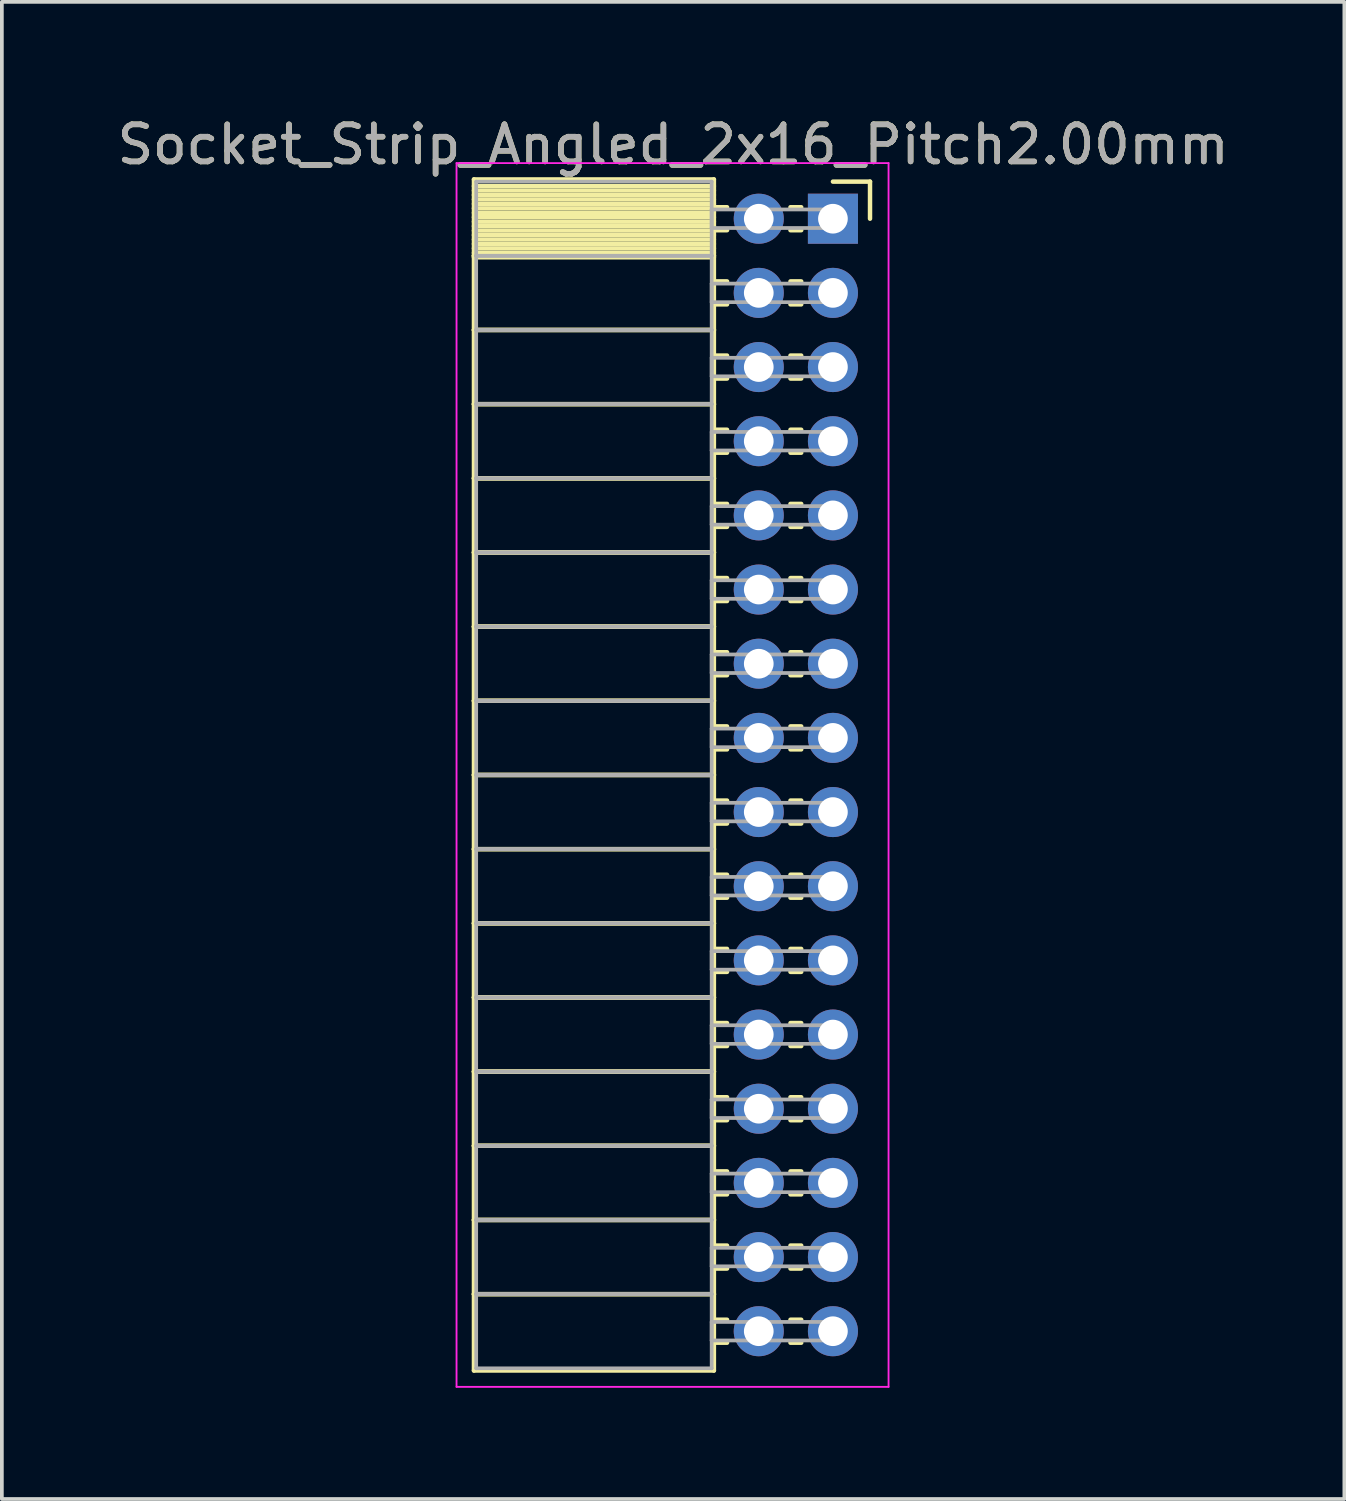
<source format=kicad_pcb>
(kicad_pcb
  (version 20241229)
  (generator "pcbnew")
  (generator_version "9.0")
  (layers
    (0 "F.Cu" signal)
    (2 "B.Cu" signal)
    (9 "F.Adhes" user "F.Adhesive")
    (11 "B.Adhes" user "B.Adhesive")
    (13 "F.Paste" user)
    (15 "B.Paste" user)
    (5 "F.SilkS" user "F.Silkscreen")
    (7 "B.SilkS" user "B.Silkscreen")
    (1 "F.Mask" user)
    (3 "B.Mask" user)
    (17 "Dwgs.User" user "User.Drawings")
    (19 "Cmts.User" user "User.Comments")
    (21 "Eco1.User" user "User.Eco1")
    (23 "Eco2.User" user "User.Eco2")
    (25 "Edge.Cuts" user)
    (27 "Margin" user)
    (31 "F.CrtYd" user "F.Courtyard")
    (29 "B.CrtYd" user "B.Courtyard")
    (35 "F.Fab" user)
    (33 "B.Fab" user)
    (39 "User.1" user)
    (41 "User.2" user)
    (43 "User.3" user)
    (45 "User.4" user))
  (footprint "Socket_Strip_Angled_2x16_Pitch2.00mm"
    (layer "F.Cu")
    (at 19.411 2.848)
    (property "Reference" "Socket_Strip_Angled_2x16_Pitch2.00mm" (at -4.31 -2 0) (layer "F.SilkS") (effects (font (size 1 1) (thickness 0.15))))
    (attr through_hole)
    (fp_line (start -9.68 -1.06) (end -3.21 -1.06) (stroke (width 0.12) (type solid)) (layer "F.SilkS"))
    (fp_line (start -9.68 1) (end -9.68 -1.06) (stroke (width 0.12) (type solid)) (layer "F.SilkS"))
    (fp_line (start -9.68 1) (end -3.21 1) (stroke (width 0.12) (type solid)) (layer "F.SilkS"))
    (fp_line (start -9.68 3) (end -9.68 1) (stroke (width 0.12) (type solid)) (layer "F.SilkS"))
    (fp_line (start -9.68 3) (end -3.21 3) (stroke (width 0.12) (type solid)) (layer "F.SilkS"))
    (fp_line (start -9.68 5) (end -9.68 3) (stroke (width 0.12) (type solid)) (layer "F.SilkS"))
    (fp_line (start -9.68 5) (end -3.21 5) (stroke (width 0.12) (type solid)) (layer "F.SilkS"))
    (fp_line (start -9.68 7) (end -9.68 5) (stroke (width 0.12) (type solid)) (layer "F.SilkS"))
    (fp_line (start -9.68 7) (end -3.21 7) (stroke (width 0.12) (type solid)) (layer "F.SilkS"))
    (fp_line (start -9.68 9) (end -9.68 7) (stroke (width 0.12) (type solid)) (layer "F.SilkS"))
    (fp_line (start -9.68 9) (end -3.21 9) (stroke (width 0.12) (type solid)) (layer "F.SilkS"))
    (fp_line (start -9.68 11) (end -9.68 9) (stroke (width 0.12) (type solid)) (layer "F.SilkS"))
    (fp_line (start -9.68 11) (end -3.21 11) (stroke (width 0.12) (type solid)) (layer "F.SilkS"))
    (fp_line (start -9.68 13) (end -9.68 11) (stroke (width 0.12) (type solid)) (layer "F.SilkS"))
    (fp_line (start -9.68 13) (end -3.21 13) (stroke (width 0.12) (type solid)) (layer "F.SilkS"))
    (fp_line (start -9.68 15) (end -9.68 13) (stroke (width 0.12) (type solid)) (layer "F.SilkS"))
    (fp_line (start -9.68 15) (end -3.21 15) (stroke (width 0.12) (type solid)) (layer "F.SilkS"))
    (fp_line (start -9.68 17) (end -9.68 15) (stroke (width 0.12) (type solid)) (layer "F.SilkS"))
    (fp_line (start -9.68 17) (end -3.21 17) (stroke (width 0.12) (type solid)) (layer "F.SilkS"))
    (fp_line (start -9.68 19) (end -9.68 17) (stroke (width 0.12) (type solid)) (layer "F.SilkS"))
    (fp_line (start -9.68 19) (end -3.21 19) (stroke (width 0.12) (type solid)) (layer "F.SilkS"))
    (fp_line (start -9.68 21) (end -9.68 19) (stroke (width 0.12) (type solid)) (layer "F.SilkS"))
    (fp_line (start -9.68 21) (end -3.21 21) (stroke (width 0.12) (type solid)) (layer "F.SilkS"))
    (fp_line (start -9.68 23) (end -9.68 21) (stroke (width 0.12) (type solid)) (layer "F.SilkS"))
    (fp_line (start -9.68 23) (end -3.21 23) (stroke (width 0.12) (type solid)) (layer "F.SilkS"))
    (fp_line (start -9.68 25) (end -9.68 23) (stroke (width 0.12) (type solid)) (layer "F.SilkS"))
    (fp_line (start -9.68 25) (end -3.21 25) (stroke (width 0.12) (type solid)) (layer "F.SilkS"))
    (fp_line (start -9.68 27) (end -9.68 25) (stroke (width 0.12) (type solid)) (layer "F.SilkS"))
    (fp_line (start -9.68 27) (end -3.21 27) (stroke (width 0.12) (type solid)) (layer "F.SilkS"))
    (fp_line (start -9.68 29) (end -9.68 27) (stroke (width 0.12) (type solid)) (layer "F.SilkS"))
    (fp_line (start -9.68 29) (end -3.21 29) (stroke (width 0.12) (type solid)) (layer "F.SilkS"))
    (fp_line (start -9.68 31.06) (end -9.68 29) (stroke (width 0.12) (type solid)) (layer "F.SilkS"))
    (fp_line (start -3.21 -1.06) (end -3.21 1) (stroke (width 0.12) (type solid)) (layer "F.SilkS"))
    (fp_line (start -3.21 -0.88) (end -9.68 -0.88) (stroke (width 0.12) (type solid)) (layer "F.SilkS"))
    (fp_line (start -3.21 -0.76) (end -9.68 -0.76) (stroke (width 0.12) (type solid)) (layer "F.SilkS"))
    (fp_line (start -3.21 -0.64) (end -9.68 -0.64) (stroke (width 0.12) (type solid)) (layer "F.SilkS"))
    (fp_line (start -3.21 -0.52) (end -9.68 -0.52) (stroke (width 0.12) (type solid)) (layer "F.SilkS"))
    (fp_line (start -3.21 -0.4) (end -9.68 -0.4) (stroke (width 0.12) (type solid)) (layer "F.SilkS"))
    (fp_line (start -3.21 -0.28) (end -9.68 -0.28) (stroke (width 0.12) (type solid)) (layer "F.SilkS"))
    (fp_line (start -3.21 -0.16) (end -9.68 -0.16) (stroke (width 0.12) (type solid)) (layer "F.SilkS"))
    (fp_line (start -3.21 -0.04) (end -9.68 -0.04) (stroke (width 0.12) (type solid)) (layer "F.SilkS"))
    (fp_line (start -3.21 0.08) (end -9.68 0.08) (stroke (width 0.12) (type solid)) (layer "F.SilkS"))
    (fp_line (start -3.21 0.2) (end -9.68 0.2) (stroke (width 0.12) (type solid)) (layer "F.SilkS"))
    (fp_line (start -3.21 0.32) (end -9.68 0.32) (stroke (width 0.12) (type solid)) (layer "F.SilkS"))
    (fp_line (start -3.21 0.44) (end -9.68 0.44) (stroke (width 0.12) (type solid)) (layer "F.SilkS"))
    (fp_line (start -3.21 0.56) (end -9.68 0.56) (stroke (width 0.12) (type solid)) (layer "F.SilkS"))
    (fp_line (start -3.21 0.68) (end -9.68 0.68) (stroke (width 0.12) (type solid)) (layer "F.SilkS"))
    (fp_line (start -3.21 0.8) (end -9.68 0.8) (stroke (width 0.12) (type solid)) (layer "F.SilkS"))
    (fp_line (start -3.21 0.92) (end -9.68 0.92) (stroke (width 0.12) (type solid)) (layer "F.SilkS"))
    (fp_line (start -3.21 1) (end -9.68 1) (stroke (width 0.12) (type solid)) (layer "F.SilkS"))
    (fp_line (start -3.21 1) (end -3.21 3) (stroke (width 0.12) (type solid)) (layer "F.SilkS"))
    (fp_line (start -3.21 1.04) (end -9.68 1.04) (stroke (width 0.12) (type solid)) (layer "F.SilkS"))
    (fp_line (start -3.21 3) (end -9.68 3) (stroke (width 0.12) (type solid)) (layer "F.SilkS"))
    (fp_line (start -3.21 3) (end -3.21 5) (stroke (width 0.12) (type solid)) (layer "F.SilkS"))
    (fp_line (start -3.21 5) (end -9.68 5) (stroke (width 0.12) (type solid)) (layer "F.SilkS"))
    (fp_line (start -3.21 5) (end -3.21 7) (stroke (width 0.12) (type solid)) (layer "F.SilkS"))
    (fp_line (start -3.21 7) (end -9.68 7) (stroke (width 0.12) (type solid)) (layer "F.SilkS"))
    (fp_line (start -3.21 7) (end -3.21 9) (stroke (width 0.12) (type solid)) (layer "F.SilkS"))
    (fp_line (start -3.21 9) (end -9.68 9) (stroke (width 0.12) (type solid)) (layer "F.SilkS"))
    (fp_line (start -3.21 9) (end -3.21 11) (stroke (width 0.12) (type solid)) (layer "F.SilkS"))
    (fp_line (start -3.21 11) (end -9.68 11) (stroke (width 0.12) (type solid)) (layer "F.SilkS"))
    (fp_line (start -3.21 11) (end -3.21 13) (stroke (width 0.12) (type solid)) (layer "F.SilkS"))
    (fp_line (start -3.21 13) (end -9.68 13) (stroke (width 0.12) (type solid)) (layer "F.SilkS"))
    (fp_line (start -3.21 13) (end -3.21 15) (stroke (width 0.12) (type solid)) (layer "F.SilkS"))
    (fp_line (start -3.21 15) (end -9.68 15) (stroke (width 0.12) (type solid)) (layer "F.SilkS"))
    (fp_line (start -3.21 15) (end -3.21 17) (stroke (width 0.12) (type solid)) (layer "F.SilkS"))
    (fp_line (start -3.21 17) (end -9.68 17) (stroke (width 0.12) (type solid)) (layer "F.SilkS"))
    (fp_line (start -3.21 17) (end -3.21 19) (stroke (width 0.12) (type solid)) (layer "F.SilkS"))
    (fp_line (start -3.21 19) (end -9.68 19) (stroke (width 0.12) (type solid)) (layer "F.SilkS"))
    (fp_line (start -3.21 19) (end -3.21 21) (stroke (width 0.12) (type solid)) (layer "F.SilkS"))
    (fp_line (start -3.21 21) (end -9.68 21) (stroke (width 0.12) (type solid)) (layer "F.SilkS"))
    (fp_line (start -3.21 21) (end -3.21 23) (stroke (width 0.12) (type solid)) (layer "F.SilkS"))
    (fp_line (start -3.21 23) (end -9.68 23) (stroke (width 0.12) (type solid)) (layer "F.SilkS"))
    (fp_line (start -3.21 23) (end -3.21 25) (stroke (width 0.12) (type solid)) (layer "F.SilkS"))
    (fp_line (start -3.21 25) (end -9.68 25) (stroke (width 0.12) (type solid)) (layer "F.SilkS"))
    (fp_line (start -3.21 25) (end -3.21 27) (stroke (width 0.12) (type solid)) (layer "F.SilkS"))
    (fp_line (start -3.21 27) (end -9.68 27) (stroke (width 0.12) (type solid)) (layer "F.SilkS"))
    (fp_line (start -3.21 27) (end -3.21 29) (stroke (width 0.12) (type solid)) (layer "F.SilkS"))
    (fp_line (start -3.21 29) (end -9.68 29) (stroke (width 0.12) (type solid)) (layer "F.SilkS"))
    (fp_line (start -3.21 29) (end -3.21 31.06) (stroke (width 0.12) (type solid)) (layer "F.SilkS"))
    (fp_line (start -3.21 31.06) (end -9.68 31.06) (stroke (width 0.12) (type solid)) (layer "F.SilkS"))
    (fp_line (start -2.855 -0.31) (end -3.21 -0.31) (stroke (width 0.12) (type solid)) (layer "F.SilkS"))
    (fp_line (start -2.855 0.31) (end -3.21 0.31) (stroke (width 0.12) (type solid)) (layer "F.SilkS"))
    (fp_line (start -2.855 1.69) (end -3.21 1.69) (stroke (width 0.12) (type solid)) (layer "F.SilkS"))
    (fp_line (start -2.855 2.31) (end -3.21 2.31) (stroke (width 0.12) (type solid)) (layer "F.SilkS"))
    (fp_line (start -2.855 3.69) (end -3.21 3.69) (stroke (width 0.12) (type solid)) (layer "F.SilkS"))
    (fp_line (start -2.855 4.31) (end -3.21 4.31) (stroke (width 0.12) (type solid)) (layer "F.SilkS"))
    (fp_line (start -2.855 5.69) (end -3.21 5.69) (stroke (width 0.12) (type solid)) (layer "F.SilkS"))
    (fp_line (start -2.855 6.31) (end -3.21 6.31) (stroke (width 0.12) (type solid)) (layer "F.SilkS"))
    (fp_line (start -2.855 7.69) (end -3.21 7.69) (stroke (width 0.12) (type solid)) (layer "F.SilkS"))
    (fp_line (start -2.855 8.31) (end -3.21 8.31) (stroke (width 0.12) (type solid)) (layer "F.SilkS"))
    (fp_line (start -2.855 9.69) (end -3.21 9.69) (stroke (width 0.12) (type solid)) (layer "F.SilkS"))
    (fp_line (start -2.855 10.31) (end -3.21 10.31) (stroke (width 0.12) (type solid)) (layer "F.SilkS"))
    (fp_line (start -2.855 11.69) (end -3.21 11.69) (stroke (width 0.12) (type solid)) (layer "F.SilkS"))
    (fp_line (start -2.855 12.31) (end -3.21 12.31) (stroke (width 0.12) (type solid)) (layer "F.SilkS"))
    (fp_line (start -2.855 13.69) (end -3.21 13.69) (stroke (width 0.12) (type solid)) (layer "F.SilkS"))
    (fp_line (start -2.855 14.31) (end -3.21 14.31) (stroke (width 0.12) (type solid)) (layer "F.SilkS"))
    (fp_line (start -2.855 15.69) (end -3.21 15.69) (stroke (width 0.12) (type solid)) (layer "F.SilkS"))
    (fp_line (start -2.855 16.31) (end -3.21 16.31) (stroke (width 0.12) (type solid)) (layer "F.SilkS"))
    (fp_line (start -2.855 17.69) (end -3.21 17.69) (stroke (width 0.12) (type solid)) (layer "F.SilkS"))
    (fp_line (start -2.855 18.31) (end -3.21 18.31) (stroke (width 0.12) (type solid)) (layer "F.SilkS"))
    (fp_line (start -2.855 19.69) (end -3.21 19.69) (stroke (width 0.12) (type solid)) (layer "F.SilkS"))
    (fp_line (start -2.855 20.31) (end -3.21 20.31) (stroke (width 0.12) (type solid)) (layer "F.SilkS"))
    (fp_line (start -2.855 21.69) (end -3.21 21.69) (stroke (width 0.12) (type solid)) (layer "F.SilkS"))
    (fp_line (start -2.855 22.31) (end -3.21 22.31) (stroke (width 0.12) (type solid)) (layer "F.SilkS"))
    (fp_line (start -2.855 23.69) (end -3.21 23.69) (stroke (width 0.12) (type solid)) (layer "F.SilkS"))
    (fp_line (start -2.855 24.31) (end -3.21 24.31) (stroke (width 0.12) (type solid)) (layer "F.SilkS"))
    (fp_line (start -2.855 25.69) (end -3.21 25.69) (stroke (width 0.12) (type solid)) (layer "F.SilkS"))
    (fp_line (start -2.855 26.31) (end -3.21 26.31) (stroke (width 0.12) (type solid)) (layer "F.SilkS"))
    (fp_line (start -2.855 27.69) (end -3.21 27.69) (stroke (width 0.12) (type solid)) (layer "F.SilkS"))
    (fp_line (start -2.855 28.31) (end -3.21 28.31) (stroke (width 0.12) (type solid)) (layer "F.SilkS"))
    (fp_line (start -2.855 29.69) (end -3.21 29.69) (stroke (width 0.12) (type solid)) (layer "F.SilkS"))
    (fp_line (start -2.855 30.31) (end -3.21 30.31) (stroke (width 0.12) (type solid)) (layer "F.SilkS"))
    (fp_line (start -0.855 -0.31) (end -1.145 -0.31) (stroke (width 0.12) (type solid)) (layer "F.SilkS"))
    (fp_line (start -0.855 0.31) (end -1.145 0.31) (stroke (width 0.12) (type solid)) (layer "F.SilkS"))
    (fp_line (start -0.855 1.69) (end -1.145 1.69) (stroke (width 0.12) (type solid)) (layer "F.SilkS"))
    (fp_line (start -0.855 2.31) (end -1.145 2.31) (stroke (width 0.12) (type solid)) (layer "F.SilkS"))
    (fp_line (start -0.855 3.69) (end -1.145 3.69) (stroke (width 0.12) (type solid)) (layer "F.SilkS"))
    (fp_line (start -0.855 4.31) (end -1.145 4.31) (stroke (width 0.12) (type solid)) (layer "F.SilkS"))
    (fp_line (start -0.855 5.69) (end -1.145 5.69) (stroke (width 0.12) (type solid)) (layer "F.SilkS"))
    (fp_line (start -0.855 6.31) (end -1.145 6.31) (stroke (width 0.12) (type solid)) (layer "F.SilkS"))
    (fp_line (start -0.855 7.69) (end -1.145 7.69) (stroke (width 0.12) (type solid)) (layer "F.SilkS"))
    (fp_line (start -0.855 8.31) (end -1.145 8.31) (stroke (width 0.12) (type solid)) (layer "F.SilkS"))
    (fp_line (start -0.855 9.69) (end -1.145 9.69) (stroke (width 0.12) (type solid)) (layer "F.SilkS"))
    (fp_line (start -0.855 10.31) (end -1.145 10.31) (stroke (width 0.12) (type solid)) (layer "F.SilkS"))
    (fp_line (start -0.855 11.69) (end -1.145 11.69) (stroke (width 0.12) (type solid)) (layer "F.SilkS"))
    (fp_line (start -0.855 12.31) (end -1.145 12.31) (stroke (width 0.12) (type solid)) (layer "F.SilkS"))
    (fp_line (start -0.855 13.69) (end -1.145 13.69) (stroke (width 0.12) (type solid)) (layer "F.SilkS"))
    (fp_line (start -0.855 14.31) (end -1.145 14.31) (stroke (width 0.12) (type solid)) (layer "F.SilkS"))
    (fp_line (start -0.855 15.69) (end -1.145 15.69) (stroke (width 0.12) (type solid)) (layer "F.SilkS"))
    (fp_line (start -0.855 16.31) (end -1.145 16.31) (stroke (width 0.12) (type solid)) (layer "F.SilkS"))
    (fp_line (start -0.855 17.69) (end -1.145 17.69) (stroke (width 0.12) (type solid)) (layer "F.SilkS"))
    (fp_line (start -0.855 18.31) (end -1.145 18.31) (stroke (width 0.12) (type solid)) (layer "F.SilkS"))
    (fp_line (start -0.855 19.69) (end -1.145 19.69) (stroke (width 0.12) (type solid)) (layer "F.SilkS"))
    (fp_line (start -0.855 20.31) (end -1.145 20.31) (stroke (width 0.12) (type solid)) (layer "F.SilkS"))
    (fp_line (start -0.855 21.69) (end -1.145 21.69) (stroke (width 0.12) (type solid)) (layer "F.SilkS"))
    (fp_line (start -0.855 22.31) (end -1.145 22.31) (stroke (width 0.12) (type solid)) (layer "F.SilkS"))
    (fp_line (start -0.855 23.69) (end -1.145 23.69) (stroke (width 0.12) (type solid)) (layer "F.SilkS"))
    (fp_line (start -0.855 24.31) (end -1.145 24.31) (stroke (width 0.12) (type solid)) (layer "F.SilkS"))
    (fp_line (start -0.855 25.69) (end -1.145 25.69) (stroke (width 0.12) (type solid)) (layer "F.SilkS"))
    (fp_line (start -0.855 26.31) (end -1.145 26.31) (stroke (width 0.12) (type solid)) (layer "F.SilkS"))
    (fp_line (start -0.855 27.69) (end -1.145 27.69) (stroke (width 0.12) (type solid)) (layer "F.SilkS"))
    (fp_line (start -0.855 28.31) (end -1.145 28.31) (stroke (width 0.12) (type solid)) (layer "F.SilkS"))
    (fp_line (start -0.855 29.69) (end -1.145 29.69) (stroke (width 0.12) (type solid)) (layer "F.SilkS"))
    (fp_line (start -0.855 30.31) (end -1.145 30.31) (stroke (width 0.12) (type solid)) (layer "F.SilkS"))
    (fp_line (start 0 -1) (end 1 -1) (stroke (width 0.12) (type solid)) (layer "F.SilkS"))
    (fp_line (start 1 -1) (end 1 0) (stroke (width 0.12) (type solid)) (layer "F.SilkS"))
    (fp_line (start -10.15 -1.5) (end 1.5 -1.5) (stroke (width 0.05) (type solid)) (layer "F.CrtYd"))
    (fp_line (start -10.15 31.5) (end -10.15 -1.5) (stroke (width 0.05) (type solid)) (layer "F.CrtYd"))
    (fp_line (start 1.5 -1.5) (end 1.5 31.5) (stroke (width 0.05) (type solid)) (layer "F.CrtYd"))
    (fp_line (start 1.5 31.5) (end -10.15 31.5) (stroke (width 0.05) (type solid)) (layer "F.CrtYd"))
    (fp_line (start -9.62 -1) (end -3.27 -1) (stroke (width 0.1) (type solid)) (layer "F.Fab"))
    (fp_line (start -9.62 1) (end -9.62 -1) (stroke (width 0.1) (type solid)) (layer "F.Fab"))
    (fp_line (start -9.62 1) (end -3.27 1) (stroke (width 0.1) (type solid)) (layer "F.Fab"))
    (fp_line (start -9.62 3) (end -9.62 1) (stroke (width 0.1) (type solid)) (layer "F.Fab"))
    (fp_line (start -9.62 3) (end -3.27 3) (stroke (width 0.1) (type solid)) (layer "F.Fab"))
    (fp_line (start -9.62 5) (end -9.62 3) (stroke (width 0.1) (type solid)) (layer "F.Fab"))
    (fp_line (start -9.62 5) (end -3.27 5) (stroke (width 0.1) (type solid)) (layer "F.Fab"))
    (fp_line (start -9.62 7) (end -9.62 5) (stroke (width 0.1) (type solid)) (layer "F.Fab"))
    (fp_line (start -9.62 7) (end -3.27 7) (stroke (width 0.1) (type solid)) (layer "F.Fab"))
    (fp_line (start -9.62 9) (end -9.62 7) (stroke (width 0.1) (type solid)) (layer "F.Fab"))
    (fp_line (start -9.62 9) (end -3.27 9) (stroke (width 0.1) (type solid)) (layer "F.Fab"))
    (fp_line (start -9.62 11) (end -9.62 9) (stroke (width 0.1) (type solid)) (layer "F.Fab"))
    (fp_line (start -9.62 11) (end -3.27 11) (stroke (width 0.1) (type solid)) (layer "F.Fab"))
    (fp_line (start -9.62 13) (end -9.62 11) (stroke (width 0.1) (type solid)) (layer "F.Fab"))
    (fp_line (start -9.62 13) (end -3.27 13) (stroke (width 0.1) (type solid)) (layer "F.Fab"))
    (fp_line (start -9.62 15) (end -9.62 13) (stroke (width 0.1) (type solid)) (layer "F.Fab"))
    (fp_line (start -9.62 15) (end -3.27 15) (stroke (width 0.1) (type solid)) (layer "F.Fab"))
    (fp_line (start -9.62 17) (end -9.62 15) (stroke (width 0.1) (type solid)) (layer "F.Fab"))
    (fp_line (start -9.62 17) (end -3.27 17) (stroke (width 0.1) (type solid)) (layer "F.Fab"))
    (fp_line (start -9.62 19) (end -9.62 17) (stroke (width 0.1) (type solid)) (layer "F.Fab"))
    (fp_line (start -9.62 19) (end -3.27 19) (stroke (width 0.1) (type solid)) (layer "F.Fab"))
    (fp_line (start -9.62 21) (end -9.62 19) (stroke (width 0.1) (type solid)) (layer "F.Fab"))
    (fp_line (start -9.62 21) (end -3.27 21) (stroke (width 0.1) (type solid)) (layer "F.Fab"))
    (fp_line (start -9.62 23) (end -9.62 21) (stroke (width 0.1) (type solid)) (layer "F.Fab"))
    (fp_line (start -9.62 23) (end -3.27 23) (stroke (width 0.1) (type solid)) (layer "F.Fab"))
    (fp_line (start -9.62 25) (end -9.62 23) (stroke (width 0.1) (type solid)) (layer "F.Fab"))
    (fp_line (start -9.62 25) (end -3.27 25) (stroke (width 0.1) (type solid)) (layer "F.Fab"))
    (fp_line (start -9.62 27) (end -9.62 25) (stroke (width 0.1) (type solid)) (layer "F.Fab"))
    (fp_line (start -9.62 27) (end -3.27 27) (stroke (width 0.1) (type solid)) (layer "F.Fab"))
    (fp_line (start -9.62 29) (end -9.62 27) (stroke (width 0.1) (type solid)) (layer "F.Fab"))
    (fp_line (start -9.62 29) (end -3.27 29) (stroke (width 0.1) (type solid)) (layer "F.Fab"))
    (fp_line (start -9.62 31) (end -9.62 29) (stroke (width 0.1) (type solid)) (layer "F.Fab"))
    (fp_line (start -3.27 -1) (end -3.27 1) (stroke (width 0.1) (type solid)) (layer "F.Fab"))
    (fp_line (start -3.27 -0.25) (end 0 -0.25) (stroke (width 0.1) (type solid)) (layer "F.Fab"))
    (fp_line (start -3.27 0.25) (end -3.27 -0.25) (stroke (width 0.1) (type solid)) (layer "F.Fab"))
    (fp_line (start -3.27 1) (end -9.62 1) (stroke (width 0.1) (type solid)) (layer "F.Fab"))
    (fp_line (start -3.27 1) (end -3.27 3) (stroke (width 0.1) (type solid)) (layer "F.Fab"))
    (fp_line (start -3.27 1.75) (end 0 1.75) (stroke (width 0.1) (type solid)) (layer "F.Fab"))
    (fp_line (start -3.27 2.25) (end -3.27 1.75) (stroke (width 0.1) (type solid)) (layer "F.Fab"))
    (fp_line (start -3.27 3) (end -9.62 3) (stroke (width 0.1) (type solid)) (layer "F.Fab"))
    (fp_line (start -3.27 3) (end -3.27 5) (stroke (width 0.1) (type solid)) (layer "F.Fab"))
    (fp_line (start -3.27 3.75) (end 0 3.75) (stroke (width 0.1) (type solid)) (layer "F.Fab"))
    (fp_line (start -3.27 4.25) (end -3.27 3.75) (stroke (width 0.1) (type solid)) (layer "F.Fab"))
    (fp_line (start -3.27 5) (end -9.62 5) (stroke (width 0.1) (type solid)) (layer "F.Fab"))
    (fp_line (start -3.27 5) (end -3.27 7) (stroke (width 0.1) (type solid)) (layer "F.Fab"))
    (fp_line (start -3.27 5.75) (end 0 5.75) (stroke (width 0.1) (type solid)) (layer "F.Fab"))
    (fp_line (start -3.27 6.25) (end -3.27 5.75) (stroke (width 0.1) (type solid)) (layer "F.Fab"))
    (fp_line (start -3.27 7) (end -9.62 7) (stroke (width 0.1) (type solid)) (layer "F.Fab"))
    (fp_line (start -3.27 7) (end -3.27 9) (stroke (width 0.1) (type solid)) (layer "F.Fab"))
    (fp_line (start -3.27 7.75) (end 0 7.75) (stroke (width 0.1) (type solid)) (layer "F.Fab"))
    (fp_line (start -3.27 8.25) (end -3.27 7.75) (stroke (width 0.1) (type solid)) (layer "F.Fab"))
    (fp_line (start -3.27 9) (end -9.62 9) (stroke (width 0.1) (type solid)) (layer "F.Fab"))
    (fp_line (start -3.27 9) (end -3.27 11) (stroke (width 0.1) (type solid)) (layer "F.Fab"))
    (fp_line (start -3.27 9.75) (end 0 9.75) (stroke (width 0.1) (type solid)) (layer "F.Fab"))
    (fp_line (start -3.27 10.25) (end -3.27 9.75) (stroke (width 0.1) (type solid)) (layer "F.Fab"))
    (fp_line (start -3.27 11) (end -9.62 11) (stroke (width 0.1) (type solid)) (layer "F.Fab"))
    (fp_line (start -3.27 11) (end -3.27 13) (stroke (width 0.1) (type solid)) (layer "F.Fab"))
    (fp_line (start -3.27 11.75) (end 0 11.75) (stroke (width 0.1) (type solid)) (layer "F.Fab"))
    (fp_line (start -3.27 12.25) (end -3.27 11.75) (stroke (width 0.1) (type solid)) (layer "F.Fab"))
    (fp_line (start -3.27 13) (end -9.62 13) (stroke (width 0.1) (type solid)) (layer "F.Fab"))
    (fp_line (start -3.27 13) (end -3.27 15) (stroke (width 0.1) (type solid)) (layer "F.Fab"))
    (fp_line (start -3.27 13.75) (end 0 13.75) (stroke (width 0.1) (type solid)) (layer "F.Fab"))
    (fp_line (start -3.27 14.25) (end -3.27 13.75) (stroke (width 0.1) (type solid)) (layer "F.Fab"))
    (fp_line (start -3.27 15) (end -9.62 15) (stroke (width 0.1) (type solid)) (layer "F.Fab"))
    (fp_line (start -3.27 15) (end -3.27 17) (stroke (width 0.1) (type solid)) (layer "F.Fab"))
    (fp_line (start -3.27 15.75) (end 0 15.75) (stroke (width 0.1) (type solid)) (layer "F.Fab"))
    (fp_line (start -3.27 16.25) (end -3.27 15.75) (stroke (width 0.1) (type solid)) (layer "F.Fab"))
    (fp_line (start -3.27 17) (end -9.62 17) (stroke (width 0.1) (type solid)) (layer "F.Fab"))
    (fp_line (start -3.27 17) (end -3.27 19) (stroke (width 0.1) (type solid)) (layer "F.Fab"))
    (fp_line (start -3.27 17.75) (end 0 17.75) (stroke (width 0.1) (type solid)) (layer "F.Fab"))
    (fp_line (start -3.27 18.25) (end -3.27 17.75) (stroke (width 0.1) (type solid)) (layer "F.Fab"))
    (fp_line (start -3.27 19) (end -9.62 19) (stroke (width 0.1) (type solid)) (layer "F.Fab"))
    (fp_line (start -3.27 19) (end -3.27 21) (stroke (width 0.1) (type solid)) (layer "F.Fab"))
    (fp_line (start -3.27 19.75) (end 0 19.75) (stroke (width 0.1) (type solid)) (layer "F.Fab"))
    (fp_line (start -3.27 20.25) (end -3.27 19.75) (stroke (width 0.1) (type solid)) (layer "F.Fab"))
    (fp_line (start -3.27 21) (end -9.62 21) (stroke (width 0.1) (type solid)) (layer "F.Fab"))
    (fp_line (start -3.27 21) (end -3.27 23) (stroke (width 0.1) (type solid)) (layer "F.Fab"))
    (fp_line (start -3.27 21.75) (end 0 21.75) (stroke (width 0.1) (type solid)) (layer "F.Fab"))
    (fp_line (start -3.27 22.25) (end -3.27 21.75) (stroke (width 0.1) (type solid)) (layer "F.Fab"))
    (fp_line (start -3.27 23) (end -9.62 23) (stroke (width 0.1) (type solid)) (layer "F.Fab"))
    (fp_line (start -3.27 23) (end -3.27 25) (stroke (width 0.1) (type solid)) (layer "F.Fab"))
    (fp_line (start -3.27 23.75) (end 0 23.75) (stroke (width 0.1) (type solid)) (layer "F.Fab"))
    (fp_line (start -3.27 24.25) (end -3.27 23.75) (stroke (width 0.1) (type solid)) (layer "F.Fab"))
    (fp_line (start -3.27 25) (end -9.62 25) (stroke (width 0.1) (type solid)) (layer "F.Fab"))
    (fp_line (start -3.27 25) (end -3.27 27) (stroke (width 0.1) (type solid)) (layer "F.Fab"))
    (fp_line (start -3.27 25.75) (end 0 25.75) (stroke (width 0.1) (type solid)) (layer "F.Fab"))
    (fp_line (start -3.27 26.25) (end -3.27 25.75) (stroke (width 0.1) (type solid)) (layer "F.Fab"))
    (fp_line (start -3.27 27) (end -9.62 27) (stroke (width 0.1) (type solid)) (layer "F.Fab"))
    (fp_line (start -3.27 27) (end -3.27 29) (stroke (width 0.1) (type solid)) (layer "F.Fab"))
    (fp_line (start -3.27 27.75) (end 0 27.75) (stroke (width 0.1) (type solid)) (layer "F.Fab"))
    (fp_line (start -3.27 28.25) (end -3.27 27.75) (stroke (width 0.1) (type solid)) (layer "F.Fab"))
    (fp_line (start -3.27 29) (end -9.62 29) (stroke (width 0.1) (type solid)) (layer "F.Fab"))
    (fp_line (start -3.27 29) (end -3.27 31) (stroke (width 0.1) (type solid)) (layer "F.Fab"))
    (fp_line (start -3.27 29.75) (end 0 29.75) (stroke (width 0.1) (type solid)) (layer "F.Fab"))
    (fp_line (start -3.27 30.25) (end -3.27 29.75) (stroke (width 0.1) (type solid)) (layer "F.Fab"))
    (fp_line (start -3.27 31) (end -9.62 31) (stroke (width 0.1) (type solid)) (layer "F.Fab"))
    (fp_line (start 0 -0.25) (end 0 0.25) (stroke (width 0.1) (type solid)) (layer "F.Fab"))
    (fp_line (start 0 0.25) (end -3.27 0.25) (stroke (width 0.1) (type solid)) (layer "F.Fab"))
    (fp_line (start 0 1.75) (end 0 2.25) (stroke (width 0.1) (type solid)) (layer "F.Fab"))
    (fp_line (start 0 2.25) (end -3.27 2.25) (stroke (width 0.1) (type solid)) (layer "F.Fab"))
    (fp_line (start 0 3.75) (end 0 4.25) (stroke (width 0.1) (type solid)) (layer "F.Fab"))
    (fp_line (start 0 4.25) (end -3.27 4.25) (stroke (width 0.1) (type solid)) (layer "F.Fab"))
    (fp_line (start 0 5.75) (end 0 6.25) (stroke (width 0.1) (type solid)) (layer "F.Fab"))
    (fp_line (start 0 6.25) (end -3.27 6.25) (stroke (width 0.1) (type solid)) (layer "F.Fab"))
    (fp_line (start 0 7.75) (end 0 8.25) (stroke (width 0.1) (type solid)) (layer "F.Fab"))
    (fp_line (start 0 8.25) (end -3.27 8.25) (stroke (width 0.1) (type solid)) (layer "F.Fab"))
    (fp_line (start 0 9.75) (end 0 10.25) (stroke (width 0.1) (type solid)) (layer "F.Fab"))
    (fp_line (start 0 10.25) (end -3.27 10.25) (stroke (width 0.1) (type solid)) (layer "F.Fab"))
    (fp_line (start 0 11.75) (end 0 12.25) (stroke (width 0.1) (type solid)) (layer "F.Fab"))
    (fp_line (start 0 12.25) (end -3.27 12.25) (stroke (width 0.1) (type solid)) (layer "F.Fab"))
    (fp_line (start 0 13.75) (end 0 14.25) (stroke (width 0.1) (type solid)) (layer "F.Fab"))
    (fp_line (start 0 14.25) (end -3.27 14.25) (stroke (width 0.1) (type solid)) (layer "F.Fab"))
    (fp_line (start 0 15.75) (end 0 16.25) (stroke (width 0.1) (type solid)) (layer "F.Fab"))
    (fp_line (start 0 16.25) (end -3.27 16.25) (stroke (width 0.1) (type solid)) (layer "F.Fab"))
    (fp_line (start 0 17.75) (end 0 18.25) (stroke (width 0.1) (type solid)) (layer "F.Fab"))
    (fp_line (start 0 18.25) (end -3.27 18.25) (stroke (width 0.1) (type solid)) (layer "F.Fab"))
    (fp_line (start 0 19.75) (end 0 20.25) (stroke (width 0.1) (type solid)) (layer "F.Fab"))
    (fp_line (start 0 20.25) (end -3.27 20.25) (stroke (width 0.1) (type solid)) (layer "F.Fab"))
    (fp_line (start 0 21.75) (end 0 22.25) (stroke (width 0.1) (type solid)) (layer "F.Fab"))
    (fp_line (start 0 22.25) (end -3.27 22.25) (stroke (width 0.1) (type solid)) (layer "F.Fab"))
    (fp_line (start 0 23.75) (end 0 24.25) (stroke (width 0.1) (type solid)) (layer "F.Fab"))
    (fp_line (start 0 24.25) (end -3.27 24.25) (stroke (width 0.1) (type solid)) (layer "F.Fab"))
    (fp_line (start 0 25.75) (end 0 26.25) (stroke (width 0.1) (type solid)) (layer "F.Fab"))
    (fp_line (start 0 26.25) (end -3.27 26.25) (stroke (width 0.1) (type solid)) (layer "F.Fab"))
    (fp_line (start 0 27.75) (end 0 28.25) (stroke (width 0.1) (type solid)) (layer "F.Fab"))
    (fp_line (start 0 28.25) (end -3.27 28.25) (stroke (width 0.1) (type solid)) (layer "F.Fab"))
    (fp_line (start 0 29.75) (end 0 30.25) (stroke (width 0.1) (type solid)) (layer "F.Fab"))
    (fp_line (start 0 30.25) (end -3.27 30.25) (stroke (width 0.1) (type solid)) (layer "F.Fab"))
    (fp_text user "${REFERENCE}" (at -4.31 -2 0) (layer "F.Fab") (effects (font (size 1 1) (thickness 0.15))))
    (pad "1" thru_hole rect (at 0 0) (size 1.35 1.35) (drill 0.8) (layers "*.Cu" "*.Mask"))
    (pad "2" thru_hole oval (at -2 0) (size 1.35 1.35) (drill 0.8) (layers "*.Cu" "*.Mask"))
    (pad "3" thru_hole oval (at 0 2) (size 1.35 1.35) (drill 0.8) (layers "*.Cu" "*.Mask"))
    (pad "4" thru_hole oval (at -2 2) (size 1.35 1.35) (drill 0.8) (layers "*.Cu" "*.Mask"))
    (pad "5" thru_hole oval (at 0 4) (size 1.35 1.35) (drill 0.8) (layers "*.Cu" "*.Mask"))
    (pad "6" thru_hole oval (at -2 4) (size 1.35 1.35) (drill 0.8) (layers "*.Cu" "*.Mask"))
    (pad "7" thru_hole oval (at 0 6) (size 1.35 1.35) (drill 0.8) (layers "*.Cu" "*.Mask"))
    (pad "8" thru_hole oval (at -2 6) (size 1.35 1.35) (drill 0.8) (layers "*.Cu" "*.Mask"))
    (pad "9" thru_hole oval (at 0 8) (size 1.35 1.35) (drill 0.8) (layers "*.Cu" "*.Mask"))
    (pad "10" thru_hole oval (at -2 8) (size 1.35 1.35) (drill 0.8) (layers "*.Cu" "*.Mask"))
    (pad "11" thru_hole oval (at 0 10) (size 1.35 1.35) (drill 0.8) (layers "*.Cu" "*.Mask"))
    (pad "12" thru_hole oval (at -2 10) (size 1.35 1.35) (drill 0.8) (layers "*.Cu" "*.Mask"))
    (pad "13" thru_hole oval (at 0 12) (size 1.35 1.35) (drill 0.8) (layers "*.Cu" "*.Mask"))
    (pad "14" thru_hole oval (at -2 12) (size 1.35 1.35) (drill 0.8) (layers "*.Cu" "*.Mask"))
    (pad "15" thru_hole oval (at 0 14) (size 1.35 1.35) (drill 0.8) (layers "*.Cu" "*.Mask"))
    (pad "16" thru_hole oval (at -2 14) (size 1.35 1.35) (drill 0.8) (layers "*.Cu" "*.Mask"))
    (pad "17" thru_hole oval (at 0 16) (size 1.35 1.35) (drill 0.8) (layers "*.Cu" "*.Mask"))
    (pad "18" thru_hole oval (at -2 16) (size 1.35 1.35) (drill 0.8) (layers "*.Cu" "*.Mask"))
    (pad "19" thru_hole oval (at 0 18) (size 1.35 1.35) (drill 0.8) (layers "*.Cu" "*.Mask"))
    (pad "20" thru_hole oval (at -2 18) (size 1.35 1.35) (drill 0.8) (layers "*.Cu" "*.Mask"))
    (pad "21" thru_hole oval (at 0 20) (size 1.35 1.35) (drill 0.8) (layers "*.Cu" "*.Mask"))
    (pad "22" thru_hole oval (at -2 20) (size 1.35 1.35) (drill 0.8) (layers "*.Cu" "*.Mask"))
    (pad "23" thru_hole oval (at 0 22) (size 1.35 1.35) (drill 0.8) (layers "*.Cu" "*.Mask"))
    (pad "24" thru_hole oval (at -2 22) (size 1.35 1.35) (drill 0.8) (layers "*.Cu" "*.Mask"))
    (pad "25" thru_hole oval (at 0 24) (size 1.35 1.35) (drill 0.8) (layers "*.Cu" "*.Mask"))
    (pad "26" thru_hole oval (at -2 24) (size 1.35 1.35) (drill 0.8) (layers "*.Cu" "*.Mask"))
    (pad "27" thru_hole oval (at 0 26) (size 1.35 1.35) (drill 0.8) (layers "*.Cu" "*.Mask"))
    (pad "28" thru_hole oval (at -2 26) (size 1.35 1.35) (drill 0.8) (layers "*.Cu" "*.Mask"))
    (pad "29" thru_hole oval (at 0 28) (size 1.35 1.35) (drill 0.8) (layers "*.Cu" "*.Mask"))
    (pad "30" thru_hole oval (at -2 28) (size 1.35 1.35) (drill 0.8) (layers "*.Cu" "*.Mask"))
    (pad "31" thru_hole oval (at 0 30) (size 1.35 1.35) (drill 0.8) (layers "*.Cu" "*.Mask"))
    (pad "32" thru_hole oval (at -2 30) (size 1.35 1.35) (drill 0.8) (layers "*.Cu" "*.Mask")))
  (gr_rect
    (start -3 -3)
    (end 33.202 37.373)
    (stroke (width 0.1) (type default))
    (fill no)
    (layer "Edge.Cuts")))
</source>
